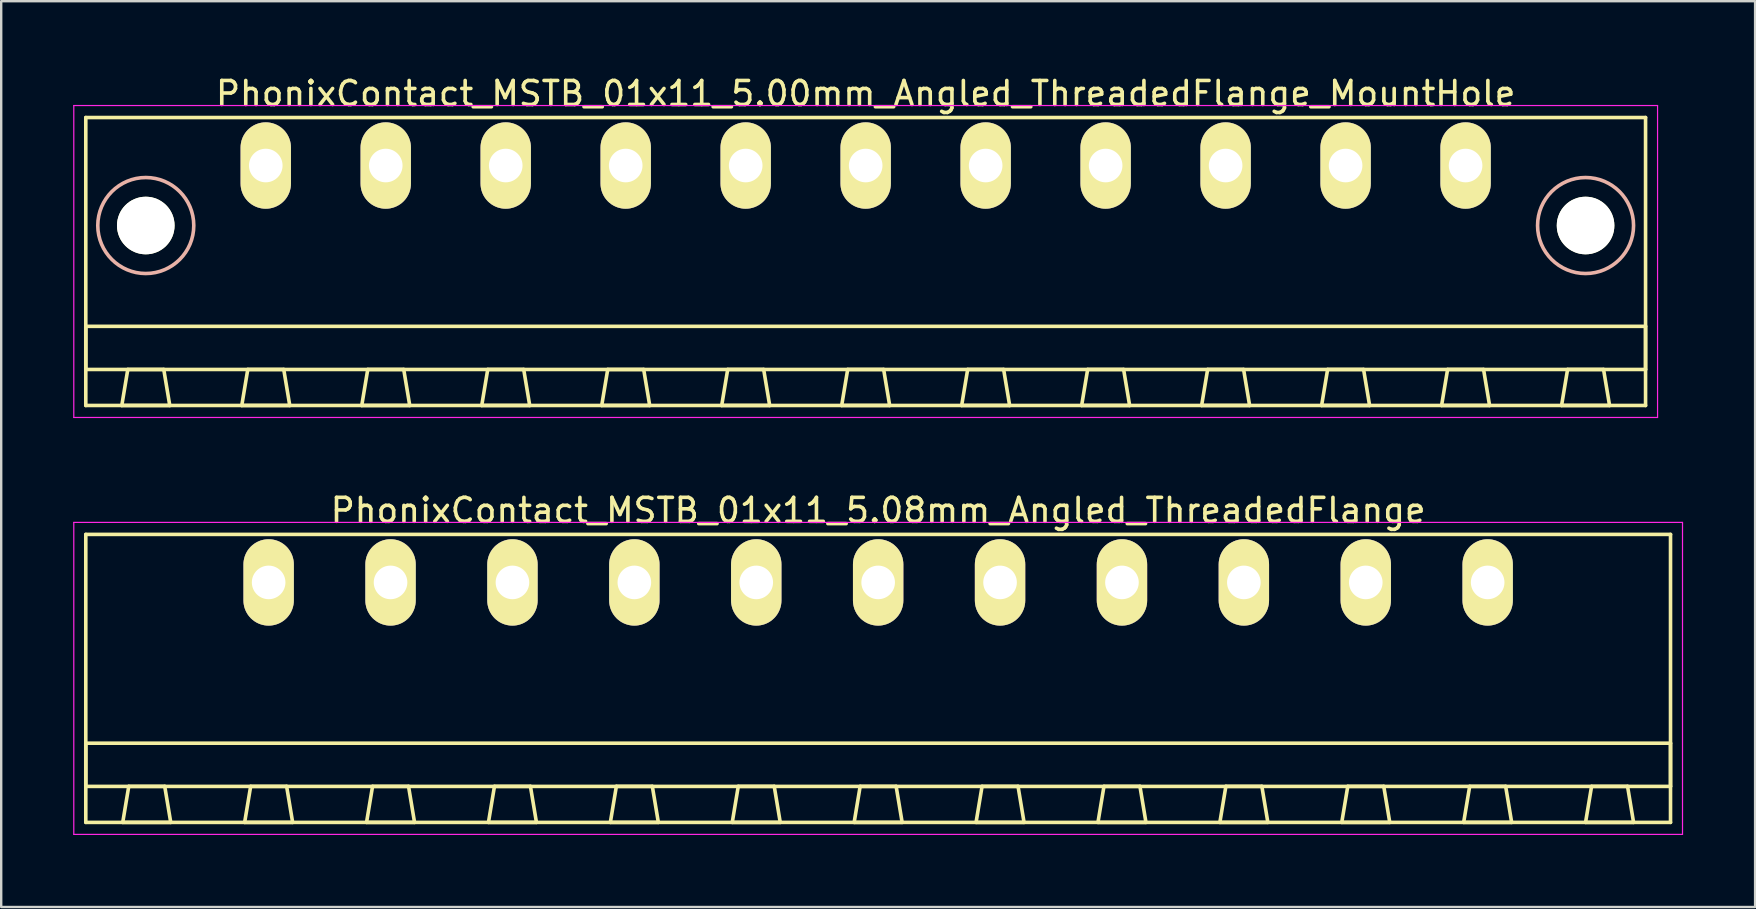
<source format=kicad_pcb>
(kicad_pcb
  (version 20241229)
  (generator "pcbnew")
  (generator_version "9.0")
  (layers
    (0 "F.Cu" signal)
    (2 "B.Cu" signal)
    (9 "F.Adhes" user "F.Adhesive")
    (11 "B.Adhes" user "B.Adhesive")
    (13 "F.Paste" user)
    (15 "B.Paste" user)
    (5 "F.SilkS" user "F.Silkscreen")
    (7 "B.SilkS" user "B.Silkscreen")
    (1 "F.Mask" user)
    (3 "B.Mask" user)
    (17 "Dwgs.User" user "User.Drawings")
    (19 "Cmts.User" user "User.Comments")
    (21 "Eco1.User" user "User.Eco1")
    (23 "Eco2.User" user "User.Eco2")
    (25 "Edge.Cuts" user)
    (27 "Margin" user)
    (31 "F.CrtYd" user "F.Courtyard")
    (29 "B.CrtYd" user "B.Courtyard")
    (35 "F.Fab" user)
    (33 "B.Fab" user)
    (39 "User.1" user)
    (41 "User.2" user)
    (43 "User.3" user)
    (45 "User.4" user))
  (footprint "PhonixContact_MSTB_01x11_5.08mm_Angled_ThreadedFlange"
    (layer "F.Cu")
    (at 8.145 21.221)
    (property "Reference" "PhonixContact_MSTB_01x11_5.08mm_Angled_ThreadedFlange" (at 25.4 -3 0) (layer "F.SilkS") (effects (font (size 1 1) (thickness 0.15))))
    (attr through_hole)
    (fp_line (start -7.62 -2) (end -7.62 10) (stroke (width 0.15) (type solid)) (layer "F.SilkS"))
    (fp_line (start -7.62 6.7) (end 58.42 6.7) (stroke (width 0.15) (type solid)) (layer "F.SilkS"))
    (fp_line (start -7.62 8.5) (end -7.62 6.7) (stroke (width 0.15) (type solid)) (layer "F.SilkS"))
    (fp_line (start -7.62 10) (end 58.42 10) (stroke (width 0.15) (type solid)) (layer "F.SilkS"))
    (fp_line (start -6.08 10) (end -4.08 10) (stroke (width 0.15) (type solid)) (layer "F.SilkS"))
    (fp_line (start -5.83 8.5) (end -6.08 10) (stroke (width 0.15) (type solid)) (layer "F.SilkS"))
    (fp_line (start -4.33 8.5) (end -5.83 8.5) (stroke (width 0.15) (type solid)) (layer "F.SilkS"))
    (fp_line (start -4.08 10) (end -4.33 8.5) (stroke (width 0.15) (type solid)) (layer "F.SilkS"))
    (fp_line (start -1 10) (end 1 10) (stroke (width 0.15) (type solid)) (layer "F.SilkS"))
    (fp_line (start -0.75 8.5) (end -1 10) (stroke (width 0.15) (type solid)) (layer "F.SilkS"))
    (fp_line (start 0.75 8.5) (end -0.75 8.5) (stroke (width 0.15) (type solid)) (layer "F.SilkS"))
    (fp_line (start 1 10) (end 0.75 8.5) (stroke (width 0.15) (type solid)) (layer "F.SilkS"))
    (fp_line (start 4.08 10) (end 6.08 10) (stroke (width 0.15) (type solid)) (layer "F.SilkS"))
    (fp_line (start 4.33 8.5) (end 4.08 10) (stroke (width 0.15) (type solid)) (layer "F.SilkS"))
    (fp_line (start 5.83 8.5) (end 4.33 8.5) (stroke (width 0.15) (type solid)) (layer "F.SilkS"))
    (fp_line (start 6.08 10) (end 5.83 8.5) (stroke (width 0.15) (type solid)) (layer "F.SilkS"))
    (fp_line (start 9.16 10) (end 11.16 10) (stroke (width 0.15) (type solid)) (layer "F.SilkS"))
    (fp_line (start 9.41 8.5) (end 9.16 10) (stroke (width 0.15) (type solid)) (layer "F.SilkS"))
    (fp_line (start 10.91 8.5) (end 9.41 8.5) (stroke (width 0.15) (type solid)) (layer "F.SilkS"))
    (fp_line (start 11.16 10) (end 10.91 8.5) (stroke (width 0.15) (type solid)) (layer "F.SilkS"))
    (fp_line (start 14.24 10) (end 16.24 10) (stroke (width 0.15) (type solid)) (layer "F.SilkS"))
    (fp_line (start 14.49 8.5) (end 14.24 10) (stroke (width 0.15) (type solid)) (layer "F.SilkS"))
    (fp_line (start 15.99 8.5) (end 14.49 8.5) (stroke (width 0.15) (type solid)) (layer "F.SilkS"))
    (fp_line (start 16.24 10) (end 15.99 8.5) (stroke (width 0.15) (type solid)) (layer "F.SilkS"))
    (fp_line (start 19.32 10) (end 21.32 10) (stroke (width 0.15) (type solid)) (layer "F.SilkS"))
    (fp_line (start 19.57 8.5) (end 19.32 10) (stroke (width 0.15) (type solid)) (layer "F.SilkS"))
    (fp_line (start 21.07 8.5) (end 19.57 8.5) (stroke (width 0.15) (type solid)) (layer "F.SilkS"))
    (fp_line (start 21.32 10) (end 21.07 8.5) (stroke (width 0.15) (type solid)) (layer "F.SilkS"))
    (fp_line (start 24.4 10) (end 26.4 10) (stroke (width 0.15) (type solid)) (layer "F.SilkS"))
    (fp_line (start 24.65 8.5) (end 24.4 10) (stroke (width 0.15) (type solid)) (layer "F.SilkS"))
    (fp_line (start 26.15 8.5) (end 24.65 8.5) (stroke (width 0.15) (type solid)) (layer "F.SilkS"))
    (fp_line (start 26.4 10) (end 26.15 8.5) (stroke (width 0.15) (type solid)) (layer "F.SilkS"))
    (fp_line (start 29.48 10) (end 31.48 10) (stroke (width 0.15) (type solid)) (layer "F.SilkS"))
    (fp_line (start 29.73 8.5) (end 29.48 10) (stroke (width 0.15) (type solid)) (layer "F.SilkS"))
    (fp_line (start 31.23 8.5) (end 29.73 8.5) (stroke (width 0.15) (type solid)) (layer "F.SilkS"))
    (fp_line (start 31.48 10) (end 31.23 8.5) (stroke (width 0.15) (type solid)) (layer "F.SilkS"))
    (fp_line (start 34.56 10) (end 36.56 10) (stroke (width 0.15) (type solid)) (layer "F.SilkS"))
    (fp_line (start 34.81 8.5) (end 34.56 10) (stroke (width 0.15) (type solid)) (layer "F.SilkS"))
    (fp_line (start 36.31 8.5) (end 34.81 8.5) (stroke (width 0.15) (type solid)) (layer "F.SilkS"))
    (fp_line (start 36.56 10) (end 36.31 8.5) (stroke (width 0.15) (type solid)) (layer "F.SilkS"))
    (fp_line (start 39.64 10) (end 41.64 10) (stroke (width 0.15) (type solid)) (layer "F.SilkS"))
    (fp_line (start 39.89 8.5) (end 39.64 10) (stroke (width 0.15) (type solid)) (layer "F.SilkS"))
    (fp_line (start 41.39 8.5) (end 39.89 8.5) (stroke (width 0.15) (type solid)) (layer "F.SilkS"))
    (fp_line (start 41.64 10) (end 41.39 8.5) (stroke (width 0.15) (type solid)) (layer "F.SilkS"))
    (fp_line (start 44.72 10) (end 46.72 10) (stroke (width 0.15) (type solid)) (layer "F.SilkS"))
    (fp_line (start 44.97 8.5) (end 44.72 10) (stroke (width 0.15) (type solid)) (layer "F.SilkS"))
    (fp_line (start 46.47 8.5) (end 44.97 8.5) (stroke (width 0.15) (type solid)) (layer "F.SilkS"))
    (fp_line (start 46.72 10) (end 46.47 8.5) (stroke (width 0.15) (type solid)) (layer "F.SilkS"))
    (fp_line (start 49.8 10) (end 51.8 10) (stroke (width 0.15) (type solid)) (layer "F.SilkS"))
    (fp_line (start 50.05 8.5) (end 49.8 10) (stroke (width 0.15) (type solid)) (layer "F.SilkS"))
    (fp_line (start 51.55 8.5) (end 50.05 8.5) (stroke (width 0.15) (type solid)) (layer "F.SilkS"))
    (fp_line (start 51.8 10) (end 51.55 8.5) (stroke (width 0.15) (type solid)) (layer "F.SilkS"))
    (fp_line (start 54.88 10) (end 56.88 10) (stroke (width 0.15) (type solid)) (layer "F.SilkS"))
    (fp_line (start 55.13 8.5) (end 54.88 10) (stroke (width 0.15) (type solid)) (layer "F.SilkS"))
    (fp_line (start 56.63 8.5) (end 55.13 8.5) (stroke (width 0.15) (type solid)) (layer "F.SilkS"))
    (fp_line (start 56.88 10) (end 56.63 8.5) (stroke (width 0.15) (type solid)) (layer "F.SilkS"))
    (fp_line (start 58.42 -2) (end -7.62 -2) (stroke (width 0.15) (type solid)) (layer "F.SilkS"))
    (fp_line (start 58.42 6.7) (end 58.42 8.5) (stroke (width 0.15) (type solid)) (layer "F.SilkS"))
    (fp_line (start 58.42 8.5) (end -7.62 8.5) (stroke (width 0.15) (type solid)) (layer "F.SilkS"))
    (fp_line (start 58.42 10) (end 58.42 -2) (stroke (width 0.15) (type solid)) (layer "F.SilkS"))
    (fp_line (start -8.12 -2.5) (end -8.12 10.5) (stroke (width 0.05) (type solid)) (layer "F.CrtYd"))
    (fp_line (start -8.12 10.5) (end 58.92 10.5) (stroke (width 0.05) (type solid)) (layer "F.CrtYd"))
    (fp_line (start 58.92 -2.5) (end -8.12 -2.5) (stroke (width 0.05) (type solid)) (layer "F.CrtYd"))
    (fp_line (start 58.92 10.5) (end 58.92 -2.5) (stroke (width 0.05) (type solid)) (layer "F.CrtYd"))
    (pad "1" thru_hole oval (at 0 0) (size 2.1 3.6) (drill 1.4) (layers "*.Cu" "*.Mask" "F.SilkS"))
    (pad "2" thru_hole oval (at 5.08 0) (size 2.1 3.6) (drill 1.4) (layers "*.Cu" "*.Mask" "F.SilkS"))
    (pad "3" thru_hole oval (at 10.16 0) (size 2.1 3.6) (drill 1.4) (layers "*.Cu" "*.Mask" "F.SilkS"))
    (pad "4" thru_hole oval (at 15.24 0) (size 2.1 3.6) (drill 1.4) (layers "*.Cu" "*.Mask" "F.SilkS"))
    (pad "5" thru_hole oval (at 20.32 0) (size 2.1 3.6) (drill 1.4) (layers "*.Cu" "*.Mask" "F.SilkS"))
    (pad "6" thru_hole oval (at 25.4 0) (size 2.1 3.6) (drill 1.4) (layers "*.Cu" "*.Mask" "F.SilkS"))
    (pad "7" thru_hole oval (at 30.48 0) (size 2.1 3.6) (drill 1.4) (layers "*.Cu" "*.Mask" "F.SilkS"))
    (pad "8" thru_hole oval (at 35.56 0) (size 2.1 3.6) (drill 1.4) (layers "*.Cu" "*.Mask" "F.SilkS"))
    (pad "9" thru_hole oval (at 40.64 0) (size 2.1 3.6) (drill 1.4) (layers "*.Cu" "*.Mask" "F.SilkS"))
    (pad "10" thru_hole oval (at 45.72 0) (size 2.1 3.6) (drill 1.4) (layers "*.Cu" "*.Mask" "F.SilkS"))
    (pad "11" thru_hole oval (at 50.8 0) (size 2.1 3.6) (drill 1.4) (layers "*.Cu" "*.Mask" "F.SilkS")))
  (footprint "PhonixContact_MSTB_01x11_5.00mm_Angled_ThreadedFlange_MountHole"
    (layer "F.Cu")
    (at 8.025 3.848)
    (property "Reference" "PhonixContact_MSTB_01x11_5.00mm_Angled_ThreadedFlange_MountHole" (at 25 -3 0) (layer "F.SilkS") (effects (font (size 1 1) (thickness 0.15))))
    (attr through_hole)
    (fp_line (start -7.5 -2) (end -7.5 10) (stroke (width 0.15) (type solid)) (layer "F.SilkS"))
    (fp_line (start -7.5 6.7) (end 57.5 6.7) (stroke (width 0.15) (type solid)) (layer "F.SilkS"))
    (fp_line (start -7.5 8.5) (end -7.5 6.7) (stroke (width 0.15) (type solid)) (layer "F.SilkS"))
    (fp_line (start -7.5 10) (end 57.5 10) (stroke (width 0.15) (type solid)) (layer "F.SilkS"))
    (fp_line (start -6 10) (end -4 10) (stroke (width 0.15) (type solid)) (layer "F.SilkS"))
    (fp_line (start -5.75 8.5) (end -6 10) (stroke (width 0.15) (type solid)) (layer "F.SilkS"))
    (fp_line (start -4.25 8.5) (end -5.75 8.5) (stroke (width 0.15) (type solid)) (layer "F.SilkS"))
    (fp_line (start -4 10) (end -4.25 8.5) (stroke (width 0.15) (type solid)) (layer "F.SilkS"))
    (fp_line (start -1 10) (end 1 10) (stroke (width 0.15) (type solid)) (layer "F.SilkS"))
    (fp_line (start -0.75 8.5) (end -1 10) (stroke (width 0.15) (type solid)) (layer "F.SilkS"))
    (fp_line (start 0.75 8.5) (end -0.75 8.5) (stroke (width 0.15) (type solid)) (layer "F.SilkS"))
    (fp_line (start 1 10) (end 0.75 8.5) (stroke (width 0.15) (type solid)) (layer "F.SilkS"))
    (fp_line (start 4 10) (end 6 10) (stroke (width 0.15) (type solid)) (layer "F.SilkS"))
    (fp_line (start 4.25 8.5) (end 4 10) (stroke (width 0.15) (type solid)) (layer "F.SilkS"))
    (fp_line (start 5.75 8.5) (end 4.25 8.5) (stroke (width 0.15) (type solid)) (layer "F.SilkS"))
    (fp_line (start 6 10) (end 5.75 8.5) (stroke (width 0.15) (type solid)) (layer "F.SilkS"))
    (fp_line (start 9 10) (end 11 10) (stroke (width 0.15) (type solid)) (layer "F.SilkS"))
    (fp_line (start 9.25 8.5) (end 9 10) (stroke (width 0.15) (type solid)) (layer "F.SilkS"))
    (fp_line (start 10.75 8.5) (end 9.25 8.5) (stroke (width 0.15) (type solid)) (layer "F.SilkS"))
    (fp_line (start 11 10) (end 10.75 8.5) (stroke (width 0.15) (type solid)) (layer "F.SilkS"))
    (fp_line (start 14 10) (end 16 10) (stroke (width 0.15) (type solid)) (layer "F.SilkS"))
    (fp_line (start 14.25 8.5) (end 14 10) (stroke (width 0.15) (type solid)) (layer "F.SilkS"))
    (fp_line (start 15.75 8.5) (end 14.25 8.5) (stroke (width 0.15) (type solid)) (layer "F.SilkS"))
    (fp_line (start 16 10) (end 15.75 8.5) (stroke (width 0.15) (type solid)) (layer "F.SilkS"))
    (fp_line (start 19 10) (end 21 10) (stroke (width 0.15) (type solid)) (layer "F.SilkS"))
    (fp_line (start 19.25 8.5) (end 19 10) (stroke (width 0.15) (type solid)) (layer "F.SilkS"))
    (fp_line (start 20.75 8.5) (end 19.25 8.5) (stroke (width 0.15) (type solid)) (layer "F.SilkS"))
    (fp_line (start 21 10) (end 20.75 8.5) (stroke (width 0.15) (type solid)) (layer "F.SilkS"))
    (fp_line (start 24 10) (end 26 10) (stroke (width 0.15) (type solid)) (layer "F.SilkS"))
    (fp_line (start 24.25 8.5) (end 24 10) (stroke (width 0.15) (type solid)) (layer "F.SilkS"))
    (fp_line (start 25.75 8.5) (end 24.25 8.5) (stroke (width 0.15) (type solid)) (layer "F.SilkS"))
    (fp_line (start 26 10) (end 25.75 8.5) (stroke (width 0.15) (type solid)) (layer "F.SilkS"))
    (fp_line (start 29 10) (end 31 10) (stroke (width 0.15) (type solid)) (layer "F.SilkS"))
    (fp_line (start 29.25 8.5) (end 29 10) (stroke (width 0.15) (type solid)) (layer "F.SilkS"))
    (fp_line (start 30.75 8.5) (end 29.25 8.5) (stroke (width 0.15) (type solid)) (layer "F.SilkS"))
    (fp_line (start 31 10) (end 30.75 8.5) (stroke (width 0.15) (type solid)) (layer "F.SilkS"))
    (fp_line (start 34 10) (end 36 10) (stroke (width 0.15) (type solid)) (layer "F.SilkS"))
    (fp_line (start 34.25 8.5) (end 34 10) (stroke (width 0.15) (type solid)) (layer "F.SilkS"))
    (fp_line (start 35.75 8.5) (end 34.25 8.5) (stroke (width 0.15) (type solid)) (layer "F.SilkS"))
    (fp_line (start 36 10) (end 35.75 8.5) (stroke (width 0.15) (type solid)) (layer "F.SilkS"))
    (fp_line (start 39 10) (end 41 10) (stroke (width 0.15) (type solid)) (layer "F.SilkS"))
    (fp_line (start 39.25 8.5) (end 39 10) (stroke (width 0.15) (type solid)) (layer "F.SilkS"))
    (fp_line (start 40.75 8.5) (end 39.25 8.5) (stroke (width 0.15) (type solid)) (layer "F.SilkS"))
    (fp_line (start 41 10) (end 40.75 8.5) (stroke (width 0.15) (type solid)) (layer "F.SilkS"))
    (fp_line (start 44 10) (end 46 10) (stroke (width 0.15) (type solid)) (layer "F.SilkS"))
    (fp_line (start 44.25 8.5) (end 44 10) (stroke (width 0.15) (type solid)) (layer "F.SilkS"))
    (fp_line (start 45.75 8.5) (end 44.25 8.5) (stroke (width 0.15) (type solid)) (layer "F.SilkS"))
    (fp_line (start 46 10) (end 45.75 8.5) (stroke (width 0.15) (type solid)) (layer "F.SilkS"))
    (fp_line (start 49 10) (end 51 10) (stroke (width 0.15) (type solid)) (layer "F.SilkS"))
    (fp_line (start 49.25 8.5) (end 49 10) (stroke (width 0.15) (type solid)) (layer "F.SilkS"))
    (fp_line (start 50.75 8.5) (end 49.25 8.5) (stroke (width 0.15) (type solid)) (layer "F.SilkS"))
    (fp_line (start 51 10) (end 50.75 8.5) (stroke (width 0.15) (type solid)) (layer "F.SilkS"))
    (fp_line (start 54 10) (end 56 10) (stroke (width 0.15) (type solid)) (layer "F.SilkS"))
    (fp_line (start 54.25 8.5) (end 54 10) (stroke (width 0.15) (type solid)) (layer "F.SilkS"))
    (fp_line (start 55.75 8.5) (end 54.25 8.5) (stroke (width 0.15) (type solid)) (layer "F.SilkS"))
    (fp_line (start 56 10) (end 55.75 8.5) (stroke (width 0.15) (type solid)) (layer "F.SilkS"))
    (fp_line (start 57.5 -2) (end -7.5 -2) (stroke (width 0.15) (type solid)) (layer "F.SilkS"))
    (fp_line (start 57.5 6.7) (end 57.5 8.5) (stroke (width 0.15) (type solid)) (layer "F.SilkS"))
    (fp_line (start 57.5 8.5) (end -7.5 8.5) (stroke (width 0.15) (type solid)) (layer "F.SilkS"))
    (fp_line (start 57.5 10) (end 57.5 -2) (stroke (width 0.15) (type solid)) (layer "F.SilkS"))
    (fp_circle (center -5 2.5) (end -3 2.5) (stroke (width 0.15) (type solid)) (fill no) (layer "B.SilkS"))
    (fp_circle (center 55 2.5) (end 57 2.5) (stroke (width 0.15) (type solid)) (fill no) (layer "B.SilkS"))
    (fp_line (start -8 -2.5) (end -8 10.5) (stroke (width 0.05) (type solid)) (layer "F.CrtYd"))
    (fp_line (start -8 10.5) (end 58 10.5) (stroke (width 0.05) (type solid)) (layer "F.CrtYd"))
    (fp_line (start 58 -2.5) (end -8 -2.5) (stroke (width 0.05) (type solid)) (layer "F.CrtYd"))
    (fp_line (start 58 10.5) (end 58 -2.5) (stroke (width 0.05) (type solid)) (layer "F.CrtYd"))
    (pad "" np_thru_hole circle (at -5 2.5) (size 2.4 2.4) (drill 2.4) (layers "*.Cu" "*.Mask" "F.SilkS"))
    (pad "" np_thru_hole circle (at 55 2.5) (size 2.4 2.4) (drill 2.4) (layers "*.Cu" "*.Mask" "F.SilkS"))
    (pad "1" thru_hole oval (at 0 0) (size 2.1 3.6) (drill 1.4) (layers "*.Cu" "*.Mask" "F.SilkS"))
    (pad "2" thru_hole oval (at 5 0) (size 2.1 3.6) (drill 1.4) (layers "*.Cu" "*.Mask" "F.SilkS"))
    (pad "3" thru_hole oval (at 10 0) (size 2.1 3.6) (drill 1.4) (layers "*.Cu" "*.Mask" "F.SilkS"))
    (pad "4" thru_hole oval (at 15 0) (size 2.1 3.6) (drill 1.4) (layers "*.Cu" "*.Mask" "F.SilkS"))
    (pad "5" thru_hole oval (at 20 0) (size 2.1 3.6) (drill 1.4) (layers "*.Cu" "*.Mask" "F.SilkS"))
    (pad "6" thru_hole oval (at 25 0) (size 2.1 3.6) (drill 1.4) (layers "*.Cu" "*.Mask" "F.SilkS"))
    (pad "7" thru_hole oval (at 30 0) (size 2.1 3.6) (drill 1.4) (layers "*.Cu" "*.Mask" "F.SilkS"))
    (pad "8" thru_hole oval (at 35 0) (size 2.1 3.6) (drill 1.4) (layers "*.Cu" "*.Mask" "F.SilkS"))
    (pad "9" thru_hole oval (at 40 0) (size 2.1 3.6) (drill 1.4) (layers "*.Cu" "*.Mask" "F.SilkS"))
    (pad "10" thru_hole oval (at 45 0) (size 2.1 3.6) (drill 1.4) (layers "*.Cu" "*.Mask" "F.SilkS"))
    (pad "11" thru_hole oval (at 50 0) (size 2.1 3.6) (drill 1.4) (layers "*.Cu" "*.Mask" "F.SilkS")))
  (gr_rect
    (start -3 -3)
    (end 70.09 34.746)
    (stroke (width 0.1) (type default))
    (fill no)
    (layer "Edge.Cuts")))
</source>
